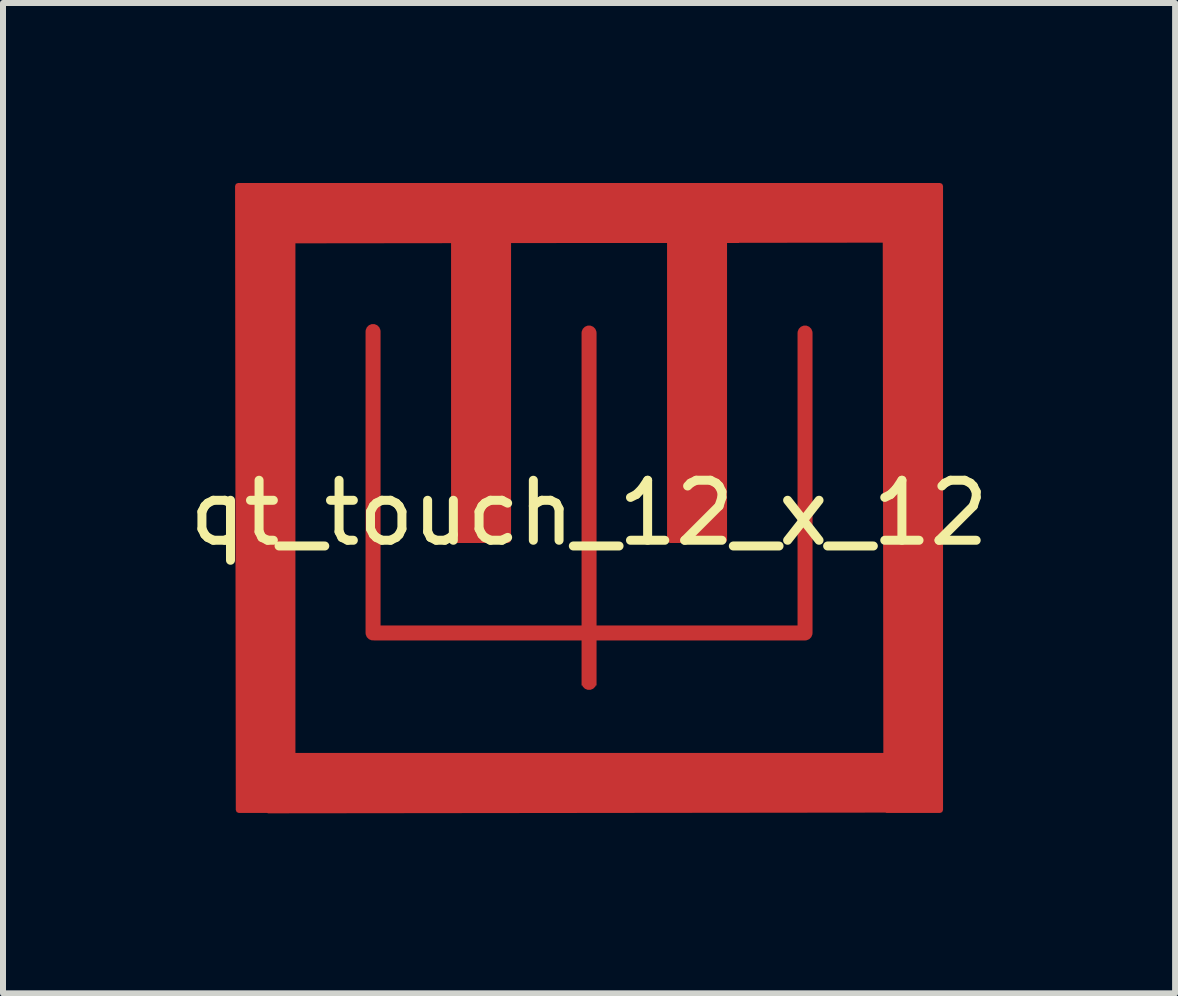
<source format=kicad_pcb>
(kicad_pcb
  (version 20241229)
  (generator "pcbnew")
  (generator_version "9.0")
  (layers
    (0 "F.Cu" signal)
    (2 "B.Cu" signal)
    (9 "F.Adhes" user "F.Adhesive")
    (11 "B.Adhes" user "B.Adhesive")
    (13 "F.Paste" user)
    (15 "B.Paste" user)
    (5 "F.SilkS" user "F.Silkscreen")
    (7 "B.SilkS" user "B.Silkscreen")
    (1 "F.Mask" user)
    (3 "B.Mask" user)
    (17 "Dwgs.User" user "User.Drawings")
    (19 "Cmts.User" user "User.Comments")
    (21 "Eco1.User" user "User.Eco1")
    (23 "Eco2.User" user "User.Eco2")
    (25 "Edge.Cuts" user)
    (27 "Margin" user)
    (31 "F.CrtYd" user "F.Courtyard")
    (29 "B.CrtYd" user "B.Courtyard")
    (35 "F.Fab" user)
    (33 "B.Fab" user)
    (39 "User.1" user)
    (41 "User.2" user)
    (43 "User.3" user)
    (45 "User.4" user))
  (footprint "qt_touch_12_x_12"
    (layer "F.Cu")
    (at 6.768 5)
    (property "Reference" "qt_touch_12_x_12" (at 0 0.5 0) (layer "F.SilkS") (effects (font (size 1 1) (thickness 0.15))))
    (attr smd)
    (pad "X" smd custom (at 0 -4.5) (size 5 1) (layers "F.Cu" "F.Mask" "F.Paste") (options (anchor rect)) (primitives (gr_poly (pts (xy -1.85 0.45) (xy -1.35 0.475) (xy -1.35 5.45) (xy -2.25 5.45) (xy -2.25 0.45)) (width 0.1) (fill yes)) (gr_poly (pts (xy 5.05 9.05) (xy 5.05 9.944) (xy -5.35 9.956) (xy -5.35 9.05)) (width 0.1) (fill yes)) (gr_poly (pts (xy -4.944 9.95) (xy -5.838 9.95) (xy -5.85 -0.45) (xy -4.944 -0.45)) (width 0.1) (fill yes)) (gr_poly (pts (xy 5.3 -0.45) (xy 5.3 0.444) (xy -5.1 0.456) (xy -5.1 -0.45)) (width 0.1) (fill yes)) (gr_poly (pts (xy 5.85 9.95) (xy 4.956 9.95) (xy 4.944 -0.45) (xy 5.85 -0.45)) (width 0.1) (fill yes)) (gr_poly (pts (xy 1.75 0.45) (xy 2.25 0.475) (xy 2.25 5.45) (xy 1.35 5.45) (xy 1.35 0.45)) (width 0.1) (fill yes))))
    (pad "Y" smd custom (at 0 0.875) (size 0.25 5) (layers "F.Cu" "F.Mask" "F.Paste") (options (anchor rect)) (primitives (gr_line (start 3.6 -3.375) (end 3.6 1.625) (width 0.25)) (gr_line (start 0 -3.375) (end 0 1.7) (width 0.25)) (gr_line (start 0 -2.625) (end 0 2.45) (width 0.25)) (gr_line (start -3.575 1.625) (end 1.5 1.625) (width 0.25)) (gr_line (start -1.475 1.625) (end 3.6 1.625) (width 0.25)) (gr_line (start -3.6 -3.4) (end -3.6 1.625) (width 0.25)))))
  (gr_rect
    (start -3 -3)
    (end 16.536 13.506)
    (stroke (width 0.1) (type default))
    (fill no)
    (layer "Edge.Cuts")))
</source>
